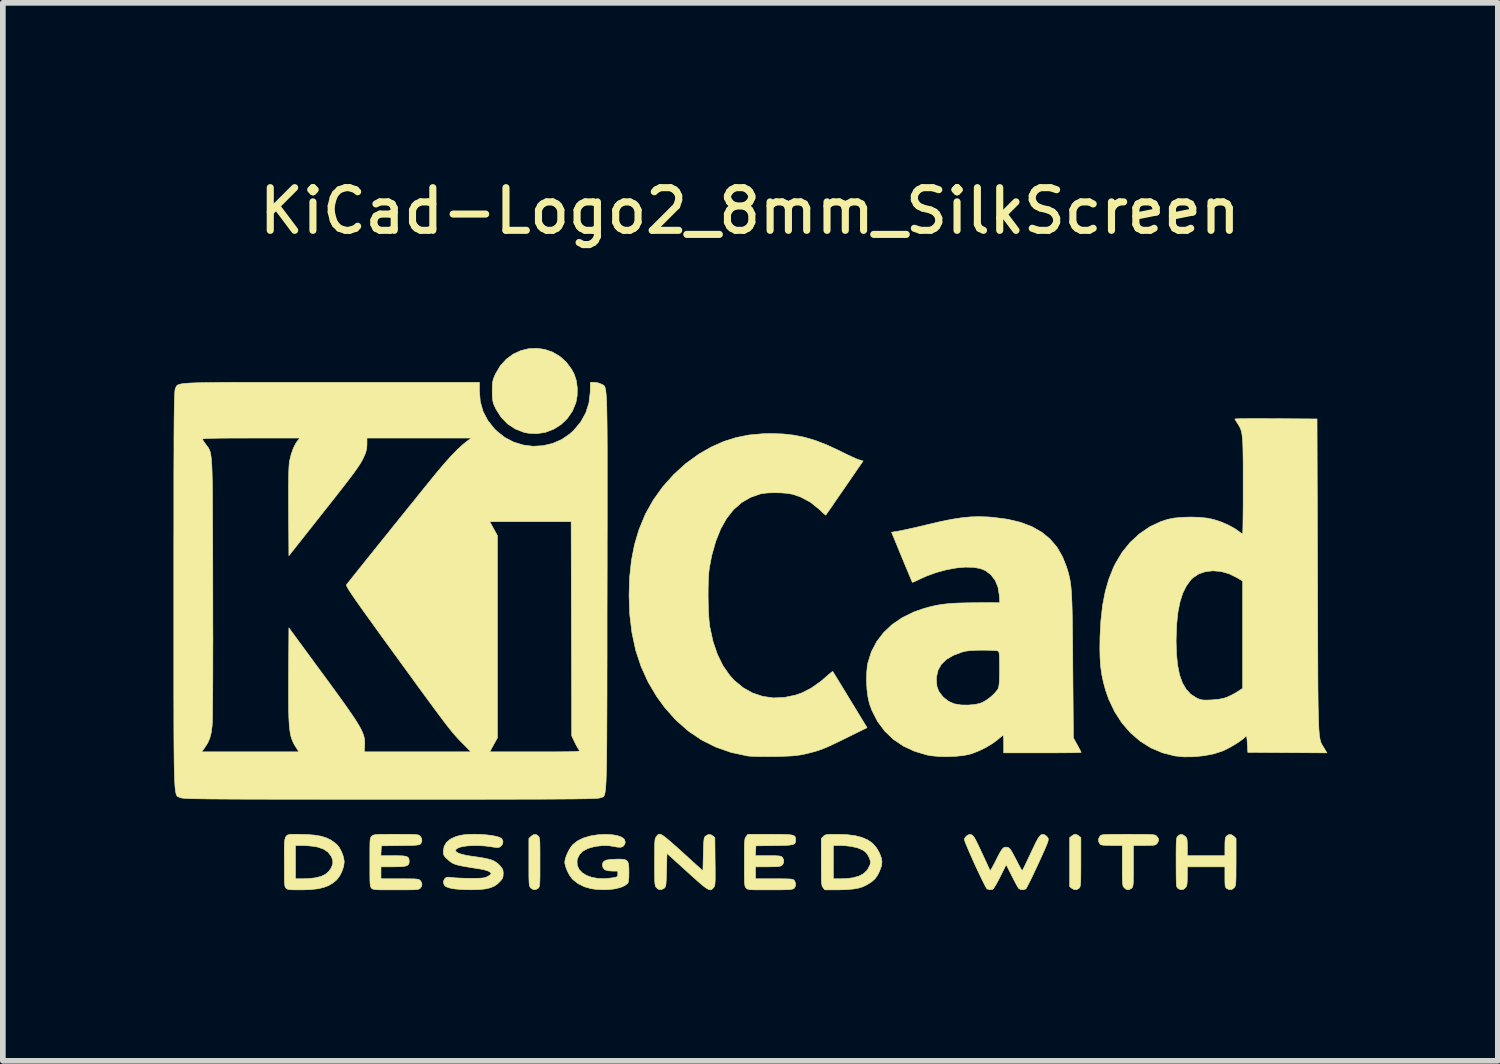
<source format=kicad_pcb>
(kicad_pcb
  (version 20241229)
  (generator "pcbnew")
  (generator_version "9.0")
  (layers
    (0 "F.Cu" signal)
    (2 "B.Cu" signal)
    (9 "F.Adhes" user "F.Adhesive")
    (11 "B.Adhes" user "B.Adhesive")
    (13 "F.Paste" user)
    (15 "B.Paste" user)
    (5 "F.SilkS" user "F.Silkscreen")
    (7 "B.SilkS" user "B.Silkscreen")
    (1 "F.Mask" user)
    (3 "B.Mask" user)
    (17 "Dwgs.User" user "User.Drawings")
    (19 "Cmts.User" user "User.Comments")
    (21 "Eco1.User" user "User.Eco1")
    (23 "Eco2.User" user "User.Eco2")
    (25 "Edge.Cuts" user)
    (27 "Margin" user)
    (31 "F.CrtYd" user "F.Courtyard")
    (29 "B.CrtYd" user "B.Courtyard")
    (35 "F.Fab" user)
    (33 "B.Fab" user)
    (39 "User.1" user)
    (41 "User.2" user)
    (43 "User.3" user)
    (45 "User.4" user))
  (footprint "KiCad-Logo2_8mm_SilkScreen"
    (layer "F.Cu")
    (at 10.129 7.008)
    (property "Reference" "KiCad-Logo2_8mm_SilkScreen" (at 0 -6.35 0) (layer "F.SilkS") (effects (font (size 0.75 0.75) (thickness 0.125))))
    (attr exclude_from_pos_files exclude_from_bom allow_missing_courtyard)
    (fp_poly (pts (xy 5.752 4.615) (xy 5.783 4.635) (xy 5.819 4.664) (xy 5.819 5.092) (xy 5.819 5.217) (xy 5.818 5.316) (xy 5.817 5.391) (xy 5.815 5.447) (xy 5.812 5.487) (xy 5.808 5.515) (xy 5.802 5.533) (xy 5.795 5.545) (xy 5.79 5.552) (xy 5.748 5.579) (xy 5.701 5.578) (xy 5.659 5.555) (xy 5.623 5.526) (xy 5.623 4.664) (xy 5.659 4.635) (xy 5.693 4.614) (xy 5.721 4.606) (xy 5.752 4.615)) (stroke (width 0.01) (type solid)) (fill yes) (layer "F.SilkS"))
    (fp_poly (pts (xy -3.718 4.636) (xy -3.709 4.647) (xy -3.702 4.66) (xy -3.697 4.679) (xy -3.693 4.708) (xy -3.69 4.751) (xy -3.689 4.811) (xy -3.688 4.89) (xy -3.688 4.994) (xy -3.688 5.095) (xy -3.688 5.22) (xy -3.688 5.318) (xy -3.689 5.393) (xy -3.691 5.449) (xy -3.694 5.489) (xy -3.698 5.516) (xy -3.703 5.533) (xy -3.711 5.545) (xy -3.718 5.553) (xy -3.762 5.579) (xy -3.808 5.577) (xy -3.85 5.549) (xy -3.86 5.537) (xy -3.867 5.524) (xy -3.873 5.506) (xy -3.877 5.479) (xy -3.88 5.439) (xy -3.882 5.383) (xy -3.883 5.308) (xy -3.883 5.209) (xy -3.883 5.097) (xy -3.883 4.68) (xy -3.846 4.643) (xy -3.801 4.612) (xy -3.756 4.611) (xy -3.718 4.636)) (stroke (width 0.01) (type solid)) (fill yes) (layer "F.SilkS"))
    (fp_poly (pts (xy -3.602 -3.916) (xy -3.466 -3.869) (xy -3.339 -3.794) (xy -3.226 -3.693) (xy -3.13 -3.564) (xy -3.087 -3.483) (xy -3.05 -3.37) (xy -3.032 -3.239) (xy -3.034 -3.105) (xy -3.056 -2.983) (xy -3.117 -2.834) (xy -3.205 -2.705) (xy -3.315 -2.598) (xy -3.444 -2.516) (xy -3.587 -2.461) (xy -3.739 -2.436) (xy -3.896 -2.444) (xy -3.973 -2.46) (xy -4.124 -2.519) (xy -4.258 -2.608) (xy -4.372 -2.726) (xy -4.463 -2.869) (xy -4.47 -2.885) (xy -4.497 -2.943) (xy -4.513 -2.993) (xy -4.522 -3.045) (xy -4.526 -3.111) (xy -4.527 -3.184) (xy -4.526 -3.271) (xy -4.521 -3.334) (xy -4.511 -3.385) (xy -4.492 -3.436) (xy -4.469 -3.487) (xy -4.384 -3.63) (xy -4.279 -3.745) (xy -4.158 -3.834) (xy -4.026 -3.895) (xy -3.886 -3.929) (xy -3.744 -3.936) (xy -3.602 -3.916)) (stroke (width 0.01) (type solid)) (fill yes) (layer "F.SilkS"))
    (fp_poly (pts (xy 6.783 4.607) (xy 6.887 4.607) (xy 6.969 4.608) (xy 7.03 4.61) (xy 7.074 4.613) (xy 7.105 4.616) (xy 7.126 4.621) (xy 7.139 4.628) (xy 7.146 4.633) (xy 7.18 4.676) (xy 7.184 4.721) (xy 7.163 4.762) (xy 7.149 4.778) (xy 7.134 4.789) (xy 7.113 4.796) (xy 7.079 4.8) (xy 7.027 4.801) (xy 6.952 4.802) (xy 6.937 4.802) (xy 6.743 4.802) (xy 6.743 5.163) (xy 6.743 5.276) (xy 6.742 5.364) (xy 6.741 5.429) (xy 6.739 5.475) (xy 6.735 5.507) (xy 6.729 5.528) (xy 6.722 5.543) (xy 6.713 5.553) (xy 6.669 5.58) (xy 6.623 5.578) (xy 6.582 5.547) (xy 6.579 5.544) (xy 6.569 5.53) (xy 6.561 5.513) (xy 6.556 5.49) (xy 6.552 5.457) (xy 6.55 5.409) (xy 6.548 5.343) (xy 6.548 5.254) (xy 6.548 5.153) (xy 6.548 4.802) (xy 6.362 4.802) (xy 6.282 4.801) (xy 6.227 4.799) (xy 6.191 4.795) (xy 6.168 4.787) (xy 6.153 4.776) (xy 6.152 4.774) (xy 6.13 4.73) (xy 6.132 4.68) (xy 6.157 4.636) (xy 6.167 4.628) (xy 6.179 4.621) (xy 6.198 4.616) (xy 6.226 4.612) (xy 6.267 4.61) (xy 6.324 4.608) (xy 6.4 4.607) (xy 6.499 4.607) (xy 6.624 4.606) (xy 6.651 4.606) (xy 6.783 4.607)) (stroke (width 0.01) (type solid)) (fill yes) (layer "F.SilkS"))
    (fp_poly (pts (xy 8.468 4.614) (xy 8.51 4.643) (xy 8.547 4.68) (xy 8.547 5.092) (xy 8.546 5.214) (xy 8.546 5.31) (xy 8.545 5.384) (xy 8.543 5.438) (xy 8.54 5.476) (xy 8.536 5.503) (xy 8.529 5.521) (xy 8.522 5.535) (xy 8.515 5.544) (xy 8.474 5.576) (xy 8.427 5.58) (xy 8.385 5.56) (xy 8.37 5.548) (xy 8.361 5.532) (xy 8.355 5.507) (xy 8.352 5.466) (xy 8.351 5.405) (xy 8.351 5.357) (xy 8.351 5.178) (xy 7.69 5.178) (xy 7.69 5.341) (xy 7.689 5.416) (xy 7.686 5.467) (xy 7.681 5.501) (xy 7.671 5.526) (xy 7.659 5.544) (xy 7.618 5.576) (xy 7.571 5.58) (xy 7.526 5.557) (xy 7.514 5.545) (xy 7.506 5.529) (xy 7.5 5.504) (xy 7.497 5.465) (xy 7.495 5.406) (xy 7.494 5.324) (xy 7.494 5.305) (xy 7.493 5.15) (xy 7.493 5.023) (xy 7.493 4.919) (xy 7.494 4.838) (xy 7.495 4.775) (xy 7.497 4.728) (xy 7.501 4.695) (xy 7.505 4.671) (xy 7.51 4.656) (xy 7.517 4.645) (xy 7.525 4.636) (xy 7.567 4.61) (xy 7.611 4.614) (xy 7.653 4.643) (xy 7.67 4.662) (xy 7.681 4.684) (xy 7.687 4.714) (xy 7.689 4.76) (xy 7.69 4.828) (xy 7.69 4.982) (xy 8.351 4.982) (xy 8.351 4.824) (xy 8.352 4.752) (xy 8.355 4.703) (xy 8.36 4.671) (xy 8.37 4.649) (xy 8.381 4.636) (xy 8.424 4.61) (xy 8.468 4.614)) (stroke (width 0.01) (type solid)) (fill yes) (layer "F.SilkS"))
    (fp_poly (pts (xy 1.531 4.607) (xy 1.703 4.612) (xy 1.849 4.63) (xy 1.971 4.661) (xy 2.073 4.705) (xy 2.157 4.764) (xy 2.224 4.84) (xy 2.278 4.932) (xy 2.279 4.934) (xy 2.311 5.017) (xy 2.323 5.09) (xy 2.314 5.164) (xy 2.283 5.248) (xy 2.278 5.261) (xy 2.239 5.336) (xy 2.195 5.394) (xy 2.139 5.443) (xy 2.062 5.492) (xy 2.057 5.494) (xy 1.99 5.527) (xy 1.915 5.551) (xy 1.825 5.567) (xy 1.718 5.578) (xy 1.586 5.582) (xy 1.54 5.583) (xy 1.319 5.583) (xy 1.288 5.544) (xy 1.279 5.531) (xy 1.272 5.516) (xy 1.266 5.494) (xy 1.263 5.464) (xy 1.26 5.42) (xy 1.259 5.388) (xy 1.468 5.388) (xy 1.593 5.388) (xy 1.666 5.386) (xy 1.741 5.38) (xy 1.802 5.372) (xy 1.806 5.372) (xy 1.916 5.342) (xy 2 5.298) (xy 2.064 5.237) (xy 2.107 5.157) (xy 2.115 5.136) (xy 2.122 5.103) (xy 2.119 5.071) (xy 2.103 5.028) (xy 2.094 5.006) (xy 2.063 4.95) (xy 2.025 4.91) (xy 1.984 4.883) (xy 1.902 4.847) (xy 1.796 4.821) (xy 1.673 4.806) (xy 1.584 4.802) (xy 1.468 4.802) (xy 1.468 5.388) (xy 1.259 5.388) (xy 1.258 5.36) (xy 1.258 5.279) (xy 1.257 5.174) (xy 1.257 5.092) (xy 1.257 4.68) (xy 1.294 4.643) (xy 1.31 4.628) (xy 1.328 4.618) (xy 1.353 4.612) (xy 1.39 4.608) (xy 1.446 4.607) (xy 1.526 4.607) (xy 1.531 4.607)) (stroke (width 0.01) (type solid)) (fill yes) (layer "F.SilkS"))
    (fp_poly (pts (xy -7.975 4.606) (xy -7.922 4.607) (xy -7.768 4.611) (xy -7.639 4.622) (xy -7.531 4.641) (xy -7.439 4.67) (xy -7.358 4.711) (xy -7.286 4.763) (xy -7.259 4.785) (xy -7.216 4.838) (xy -7.177 4.91) (xy -7.147 4.99) (xy -7.131 5.067) (xy -7.129 5.095) (xy -7.14 5.173) (xy -7.169 5.259) (xy -7.21 5.34) (xy -7.259 5.404) (xy -7.267 5.412) (xy -7.335 5.467) (xy -7.409 5.51) (xy -7.493 5.541) (xy -7.593 5.564) (xy -7.712 5.577) (xy -7.854 5.583) (xy -7.919 5.583) (xy -8.002 5.583) (xy -8.06 5.581) (xy -8.099 5.578) (xy -8.125 5.571) (xy -8.142 5.562) (xy -8.151 5.553) (xy -8.16 5.543) (xy -8.167 5.53) (xy -8.172 5.511) (xy -8.176 5.481) (xy -8.179 5.439) (xy -8.18 5.379) (xy -8.181 5.299) (xy -8.181 5.196) (xy -8.181 5.095) (xy -8.182 4.961) (xy -8.182 4.853) (xy -8.18 4.802) (xy -7.986 4.802) (xy -7.986 5.388) (xy -7.862 5.388) (xy -7.787 5.386) (xy -7.709 5.38) (xy -7.644 5.372) (xy -7.642 5.372) (xy -7.537 5.347) (xy -7.455 5.307) (xy -7.393 5.251) (xy -7.353 5.189) (xy -7.329 5.122) (xy -7.331 5.058) (xy -7.359 4.99) (xy -7.414 4.919) (xy -7.491 4.867) (xy -7.59 4.832) (xy -7.657 4.819) (xy -7.732 4.811) (xy -7.812 4.804) (xy -7.881 4.802) (xy -7.885 4.802) (xy -7.986 4.802) (xy -8.18 4.802) (xy -8.18 4.77) (xy -8.174 4.708) (xy -8.163 4.663) (xy -8.145 4.634) (xy -8.119 4.617) (xy -8.083 4.608) (xy -8.036 4.606) (xy -7.975 4.606)) (stroke (width 0.01) (type solid)) (fill yes) (layer "F.SilkS"))
    (fp_poly (pts (xy -1.556 4.612) (xy -1.524 4.631) (xy -1.483 4.661) (xy -1.431 4.704) (xy -1.364 4.762) (xy -1.281 4.835) (xy -1.18 4.926) (xy -1.065 5.031) (xy -0.824 5.249) (xy -0.817 4.957) (xy -0.814 4.856) (xy -0.812 4.781) (xy -0.808 4.727) (xy -0.804 4.691) (xy -0.799 4.667) (xy -0.79 4.651) (xy -0.78 4.64) (xy -0.774 4.635) (xy -0.728 4.61) (xy -0.684 4.614) (xy -0.649 4.635) (xy -0.614 4.664) (xy -0.61 5.083) (xy -0.608 5.206) (xy -0.608 5.303) (xy -0.608 5.377) (xy -0.609 5.432) (xy -0.612 5.471) (xy -0.616 5.499) (xy -0.621 5.518) (xy -0.629 5.532) (xy -0.637 5.543) (xy -0.655 5.564) (xy -0.673 5.578) (xy -0.693 5.583) (xy -0.718 5.578) (xy -0.751 5.562) (xy -0.793 5.533) (xy -0.848 5.489) (xy -0.917 5.429) (xy -1.004 5.352) (xy -1.102 5.263) (xy -1.456 4.942) (xy -1.463 5.234) (xy -1.466 5.335) (xy -1.469 5.41) (xy -1.472 5.463) (xy -1.476 5.5) (xy -1.482 5.523) (xy -1.49 5.539) (xy -1.501 5.55) (xy -1.506 5.555) (xy -1.555 5.58) (xy -1.602 5.576) (xy -1.642 5.544) (xy -1.652 5.531) (xy -1.659 5.515) (xy -1.664 5.494) (xy -1.668 5.464) (xy -1.671 5.42) (xy -1.672 5.359) (xy -1.673 5.278) (xy -1.674 5.173) (xy -1.674 5.095) (xy -1.673 4.973) (xy -1.673 4.878) (xy -1.672 4.805) (xy -1.67 4.751) (xy -1.667 4.713) (xy -1.662 4.686) (xy -1.656 4.668) (xy -1.648 4.654) (xy -1.642 4.646) (xy -1.627 4.627) (xy -1.613 4.613) (xy -1.598 4.605) (xy -1.58 4.604) (xy -1.556 4.612)) (stroke (width 0.01) (type solid)) (fill yes) (layer "F.SilkS"))
    (fp_poly (pts (xy -2.421 4.614) (xy -2.33 4.629) (xy -2.26 4.653) (xy -2.214 4.684) (xy -2.202 4.702) (xy -2.189 4.744) (xy -2.198 4.781) (xy -2.225 4.817) (xy -2.266 4.834) (xy -2.327 4.832) (xy -2.374 4.823) (xy -2.478 4.806) (xy -2.584 4.804) (xy -2.703 4.818) (xy -2.736 4.824) (xy -2.846 4.855) (xy -2.933 4.902) (xy -2.994 4.963) (xy -3.03 5.037) (xy -3.037 5.075) (xy -3.032 5.154) (xy -3.001 5.223) (xy -2.947 5.281) (xy -2.872 5.328) (xy -2.779 5.362) (xy -2.671 5.382) (xy -2.551 5.386) (xy -2.422 5.373) (xy -2.415 5.371) (xy -2.364 5.362) (xy -2.335 5.353) (xy -2.323 5.339) (xy -2.32 5.316) (xy -2.32 5.304) (xy -2.32 5.253) (xy -2.411 5.253) (xy -2.492 5.247) (xy -2.546 5.23) (xy -2.578 5.198) (xy -2.59 5.152) (xy -2.59 5.146) (xy -2.583 5.106) (xy -2.56 5.078) (xy -2.517 5.059) (xy -2.45 5.049) (xy -2.385 5.045) (xy -2.291 5.042) (xy -2.223 5.046) (xy -2.176 5.059) (xy -2.147 5.085) (xy -2.132 5.127) (xy -2.126 5.191) (xy -2.124 5.273) (xy -2.126 5.366) (xy -2.132 5.429) (xy -2.141 5.462) (xy -2.143 5.465) (xy -2.195 5.507) (xy -2.271 5.54) (xy -2.366 5.564) (xy -2.476 5.578) (xy -2.596 5.58) (xy -2.72 5.572) (xy -2.793 5.561) (xy -2.908 5.528) (xy -3.015 5.475) (xy -3.104 5.406) (xy -3.118 5.393) (xy -3.162 5.335) (xy -3.202 5.263) (xy -3.232 5.188) (xy -3.25 5.119) (xy -3.252 5.093) (xy -3.243 5.038) (xy -3.219 4.97) (xy -3.186 4.898) (xy -3.146 4.833) (xy -3.112 4.789) (xy -3.031 4.724) (xy -2.926 4.672) (xy -2.801 4.635) (xy -2.66 4.613) (xy -2.53 4.608) (xy -2.421 4.614)) (stroke (width 0.01) (type solid)) (fill yes) (layer "F.SilkS"))
    (fp_poly (pts (xy 0.482 4.607) (xy 0.583 4.608) (xy 0.661 4.611) (xy 0.719 4.616) (xy 0.758 4.624) (xy 0.784 4.636) (xy 0.798 4.652) (xy 0.805 4.673) (xy 0.806 4.699) (xy 0.806 4.703) (xy 0.805 4.733) (xy 0.799 4.756) (xy 0.784 4.774) (xy 0.757 4.786) (xy 0.715 4.794) (xy 0.655 4.8) (xy 0.572 4.803) (xy 0.463 4.805) (xy 0.43 4.805) (xy 0.107 4.809) (xy 0.103 4.896) (xy 0.098 4.982) (xy 0.322 4.982) (xy 0.41 4.982) (xy 0.472 4.984) (xy 0.515 4.987) (xy 0.542 4.992) (xy 0.56 5) (xy 0.573 5.012) (xy 0.573 5.012) (xy 0.596 5.056) (xy 0.595 5.105) (xy 0.571 5.146) (xy 0.566 5.15) (xy 0.549 5.161) (xy 0.525 5.169) (xy 0.49 5.174) (xy 0.438 5.176) (xy 0.364 5.177) (xy 0.316 5.178) (xy 0.1 5.178) (xy 0.1 5.388) (xy 0.428 5.388) (xy 0.537 5.388) (xy 0.619 5.389) (xy 0.679 5.391) (xy 0.721 5.393) (xy 0.749 5.398) (xy 0.767 5.404) (xy 0.778 5.412) (xy 0.781 5.415) (xy 0.803 5.457) (xy 0.805 5.505) (xy 0.787 5.547) (xy 0.773 5.56) (xy 0.758 5.567) (xy 0.736 5.573) (xy 0.702 5.577) (xy 0.653 5.58) (xy 0.585 5.582) (xy 0.495 5.583) (xy 0.379 5.583) (xy 0.353 5.583) (xy 0.235 5.583) (xy 0.143 5.583) (xy 0.075 5.582) (xy 0.025 5.58) (xy -0.01 5.577) (xy -0.033 5.572) (xy -0.048 5.565) (xy -0.059 5.557) (xy -0.065 5.55) (xy -0.074 5.539) (xy -0.081 5.526) (xy -0.086 5.506) (xy -0.09 5.477) (xy -0.093 5.434) (xy -0.094 5.374) (xy -0.095 5.294) (xy -0.095 5.189) (xy -0.095 5.102) (xy -0.095 4.979) (xy -0.095 4.882) (xy -0.094 4.808) (xy -0.092 4.754) (xy -0.089 4.715) (xy -0.085 4.688) (xy -0.079 4.669) (xy -0.071 4.655) (xy -0.064 4.646) (xy -0.033 4.606) (xy 0.353 4.606) (xy 0.482 4.607)) (stroke (width 0.01) (type solid)) (fill yes) (layer "F.SilkS"))
    (fp_poly (pts (xy -6.099 4.607) (xy -6.007 4.607) (xy -5.937 4.608) (xy -5.886 4.61) (xy -5.851 4.614) (xy -5.827 4.618) (xy -5.811 4.625) (xy -5.799 4.633) (xy -5.795 4.637) (xy -5.768 4.678) (xy -5.763 4.726) (xy -5.781 4.768) (xy -5.789 4.777) (xy -5.802 4.785) (xy -5.823 4.791) (xy -5.855 4.796) (xy -5.903 4.8) (xy -5.971 4.802) (xy -6.062 4.804) (xy -6.146 4.805) (xy -6.476 4.809) (xy -6.485 4.982) (xy -6.261 4.982) (xy -6.164 4.983) (xy -6.092 4.986) (xy -6.043 4.994) (xy -6.012 5.007) (xy -5.995 5.028) (xy -5.988 5.057) (xy -5.987 5.084) (xy -5.99 5.117) (xy -6.003 5.141) (xy -6.028 5.158) (xy -6.071 5.169) (xy -6.133 5.175) (xy -6.221 5.177) (xy -6.268 5.178) (xy -6.483 5.178) (xy -6.483 5.388) (xy -6.152 5.388) (xy -6.044 5.388) (xy -5.962 5.389) (xy -5.901 5.39) (xy -5.859 5.393) (xy -5.83 5.397) (xy -5.811 5.404) (xy -5.798 5.412) (xy -5.792 5.418) (xy -5.769 5.454) (xy -5.762 5.486) (xy -5.772 5.525) (xy -5.792 5.553) (xy -5.802 5.562) (xy -5.816 5.569) (xy -5.836 5.575) (xy -5.866 5.578) (xy -5.911 5.581) (xy -5.973 5.582) (xy -6.056 5.583) (xy -6.164 5.583) (xy -6.22 5.583) (xy -6.34 5.583) (xy -6.434 5.583) (xy -6.505 5.582) (xy -6.556 5.58) (xy -6.592 5.576) (xy -6.617 5.572) (xy -6.633 5.566) (xy -6.644 5.558) (xy -6.648 5.553) (xy -6.657 5.543) (xy -6.664 5.53) (xy -6.669 5.511) (xy -6.673 5.481) (xy -6.676 5.438) (xy -6.677 5.379) (xy -6.678 5.298) (xy -6.678 5.194) (xy -6.678 5.097) (xy -6.678 4.973) (xy -6.678 4.876) (xy -6.677 4.801) (xy -6.676 4.746) (xy -6.673 4.707) (xy -6.669 4.681) (xy -6.663 4.663) (xy -6.656 4.651) (xy -6.646 4.641) (xy -6.644 4.639) (xy -6.632 4.629) (xy -6.619 4.622) (xy -6.6 4.616) (xy -6.571 4.612) (xy -6.53 4.609) (xy -6.472 4.607) (xy -6.394 4.607) (xy -6.291 4.606) (xy -6.218 4.606) (xy -6.099 4.607)) (stroke (width 0.01) (type solid)) (fill yes) (layer "F.SilkS"))
    (fp_poly (pts (xy 5.161 4.609) (xy 5.187 4.618) (xy 5.188 4.619) (xy 5.223 4.646) (xy 5.243 4.674) (xy 5.246 4.687) (xy 5.246 4.704) (xy 5.241 4.729) (xy 5.229 4.764) (xy 5.21 4.812) (xy 5.182 4.878) (xy 5.144 4.962) (xy 5.095 5.07) (xy 5.068 5.129) (xy 5.019 5.233) (xy 4.974 5.33) (xy 4.933 5.414) (xy 4.898 5.483) (xy 4.872 5.533) (xy 4.856 5.561) (xy 4.852 5.565) (xy 4.811 5.581) (xy 4.764 5.579) (xy 4.727 5.559) (xy 4.725 5.557) (xy 4.711 5.534) (xy 4.686 5.491) (xy 4.654 5.431) (xy 4.618 5.361) (xy 4.605 5.336) (xy 4.507 5.14) (xy 4.401 5.352) (xy 4.363 5.426) (xy 4.328 5.489) (xy 4.298 5.538) (xy 4.277 5.568) (xy 4.27 5.574) (xy 4.215 5.582) (xy 4.169 5.565) (xy 4.155 5.546) (xy 4.132 5.503) (xy 4.101 5.442) (xy 4.064 5.366) (xy 4.022 5.278) (xy 3.978 5.185) (xy 3.934 5.089) (xy 3.892 4.994) (xy 3.853 4.906) (xy 3.82 4.827) (xy 3.793 4.763) (xy 3.776 4.717) (xy 3.77 4.693) (xy 3.77 4.692) (xy 3.785 4.663) (xy 3.814 4.633) (xy 3.816 4.631) (xy 3.852 4.611) (xy 3.885 4.611) (xy 3.898 4.615) (xy 3.913 4.623) (xy 3.929 4.64) (xy 3.949 4.667) (xy 3.973 4.71) (xy 4.003 4.771) (xy 4.043 4.854) (xy 4.078 4.93) (xy 4.119 5.018) (xy 4.156 5.097) (xy 4.186 5.164) (xy 4.209 5.213) (xy 4.221 5.241) (xy 4.223 5.245) (xy 4.231 5.238) (xy 4.25 5.208) (xy 4.277 5.16) (xy 4.31 5.098) (xy 4.323 5.072) (xy 4.366 4.986) (xy 4.4 4.923) (xy 4.427 4.88) (xy 4.449 4.853) (xy 4.469 4.838) (xy 4.491 4.832) (xy 4.505 4.832) (xy 4.529 4.834) (xy 4.551 4.843) (xy 4.573 4.863) (xy 4.597 4.897) (xy 4.627 4.949) (xy 4.665 5.022) (xy 4.687 5.064) (xy 4.721 5.131) (xy 4.751 5.186) (xy 4.774 5.226) (xy 4.787 5.244) (xy 4.789 5.245) (xy 4.798 5.23) (xy 4.817 5.193) (xy 4.845 5.135) (xy 4.88 5.062) (xy 4.919 4.978) (xy 4.939 4.937) (xy 4.99 4.829) (xy 5.03 4.746) (xy 5.063 4.685) (xy 5.091 4.644) (xy 5.115 4.619) (xy 5.137 4.608) (xy 5.161 4.609)) (stroke (width 0.01) (type solid)) (fill yes) (layer "F.SilkS"))
    (fp_poly (pts (xy -4.74 4.608) (xy -4.64 4.615) (xy -4.548 4.626) (xy -4.467 4.64) (xy -4.405 4.658) (xy -4.365 4.678) (xy -4.359 4.684) (xy -4.338 4.73) (xy -4.345 4.777) (xy -4.377 4.818) (xy -4.379 4.819) (xy -4.398 4.831) (xy -4.418 4.838) (xy -4.446 4.839) (xy -4.489 4.834) (xy -4.554 4.824) (xy -4.559 4.823) (xy -4.656 4.811) (xy -4.761 4.805) (xy -4.865 4.805) (xy -4.963 4.81) (xy -5.047 4.821) (xy -5.108 4.837) (xy -5.112 4.839) (xy -5.157 4.864) (xy -5.173 4.889) (xy -5.161 4.914) (xy -5.121 4.938) (xy -5.056 4.96) (xy -4.965 4.98) (xy -4.905 4.989) (xy -4.78 5.007) (xy -4.68 5.023) (xy -4.601 5.04) (xy -4.54 5.057) (xy -4.492 5.078) (xy -4.453 5.102) (xy -4.417 5.132) (xy -4.389 5.161) (xy -4.356 5.203) (xy -4.339 5.238) (xy -4.334 5.281) (xy -4.334 5.297) (xy -4.338 5.35) (xy -4.353 5.39) (xy -4.38 5.424) (xy -4.434 5.478) (xy -4.495 5.519) (xy -4.567 5.548) (xy -4.653 5.567) (xy -4.76 5.578) (xy -4.891 5.581) (xy -4.912 5.581) (xy -5 5.579) (xy -5.086 5.575) (xy -5.163 5.569) (xy -5.22 5.562) (xy -5.224 5.562) (xy -5.281 5.548) (xy -5.329 5.531) (xy -5.356 5.516) (xy -5.381 5.475) (xy -5.383 5.428) (xy -5.361 5.385) (xy -5.356 5.381) (xy -5.336 5.366) (xy -5.311 5.36) (xy -5.272 5.361) (xy -5.224 5.367) (xy -5.172 5.372) (xy -5.098 5.376) (xy -5.011 5.379) (xy -4.921 5.38) (xy -4.897 5.38) (xy -4.807 5.38) (xy -4.741 5.378) (xy -4.693 5.374) (xy -4.658 5.368) (xy -4.63 5.358) (xy -4.613 5.35) (xy -4.575 5.328) (xy -4.551 5.308) (xy -4.548 5.302) (xy -4.555 5.279) (xy -4.59 5.256) (xy -4.65 5.235) (xy -4.733 5.217) (xy -4.758 5.213) (xy -4.886 5.193) (xy -4.987 5.176) (xy -5.068 5.162) (xy -5.13 5.148) (xy -5.178 5.134) (xy -5.216 5.118) (xy -5.248 5.099) (xy -5.278 5.077) (xy -5.309 5.049) (xy -5.32 5.039) (xy -5.357 5.003) (xy -5.377 4.974) (xy -5.385 4.941) (xy -5.386 4.899) (xy -5.372 4.818) (xy -5.331 4.748) (xy -5.263 4.691) (xy -5.168 4.647) (xy -5.1 4.628) (xy -5.027 4.615) (xy -4.939 4.608) (xy -4.841 4.605) (xy -4.74 4.608)) (stroke (width 0.01) (type solid)) (fill yes) (layer "F.SilkS"))
    (fp_poly (pts (xy 0.581 -2.431) (xy 0.777 -2.409) (xy 0.967 -2.371) (xy 1.158 -2.314) (xy 1.358 -2.236) (xy 1.576 -2.135) (xy 1.615 -2.115) (xy 1.705 -2.071) (xy 1.79 -2.031) (xy 1.861 -1.999) (xy 1.91 -1.979) (xy 1.918 -1.977) (xy 1.991 -1.955) (xy 1.665 -1.481) (xy 1.585 -1.365) (xy 1.512 -1.259) (xy 1.449 -1.167) (xy 1.397 -1.092) (xy 1.359 -1.038) (xy 1.339 -1.008) (xy 1.335 -1.003) (xy 1.322 -1.013) (xy 1.288 -1.043) (xy 1.24 -1.087) (xy 1.214 -1.112) (xy 1.065 -1.231) (xy 0.897 -1.321) (xy 0.753 -1.37) (xy 0.666 -1.386) (xy 0.558 -1.395) (xy 0.44 -1.398) (xy 0.326 -1.395) (xy 0.229 -1.385) (xy 0.19 -1.378) (xy 0.015 -1.317) (xy -0.143 -1.225) (xy -0.284 -1.102) (xy -0.407 -0.947) (xy -0.512 -0.76) (xy -0.599 -0.543) (xy -0.669 -0.294) (xy -0.71 -0.082) (xy -0.721 0.012) (xy -0.728 0.134) (xy -0.732 0.273) (xy -0.733 0.423) (xy -0.73 0.575) (xy -0.725 0.718) (xy -0.716 0.846) (xy -0.704 0.949) (xy -0.702 0.964) (xy -0.646 1.22) (xy -0.569 1.445) (xy -0.472 1.643) (xy -0.353 1.813) (xy -0.269 1.905) (xy -0.117 2.03) (xy 0.049 2.123) (xy 0.227 2.182) (xy 0.414 2.209) (xy 0.607 2.201) (xy 0.803 2.16) (xy 0.92 2.119) (xy 1.08 2.037) (xy 1.246 1.92) (xy 1.339 1.84) (xy 1.391 1.794) (xy 1.432 1.761) (xy 1.455 1.745) (xy 1.458 1.744) (xy 1.469 1.761) (xy 1.496 1.804) (xy 1.537 1.872) (xy 1.59 1.959) (xy 1.653 2.062) (xy 1.723 2.177) (xy 1.762 2.241) (xy 2.061 2.732) (xy 1.688 2.916) (xy 1.553 2.982) (xy 1.444 3.034) (xy 1.354 3.075) (xy 1.276 3.107) (xy 1.203 3.133) (xy 1.13 3.155) (xy 1.049 3.176) (xy 0.971 3.195) (xy 0.901 3.209) (xy 0.829 3.22) (xy 0.746 3.228) (xy 0.645 3.233) (xy 0.52 3.237) (xy 0.435 3.239) (xy 0.315 3.24) (xy 0.199 3.239) (xy 0.096 3.237) (xy 0.013 3.234) (xy -0.042 3.229) (xy -0.045 3.228) (xy -0.33 3.167) (xy -0.598 3.073) (xy -0.848 2.948) (xy -1.08 2.791) (xy -1.295 2.602) (xy -1.492 2.382) (xy -1.635 2.186) (xy -1.787 1.93) (xy -1.91 1.659) (xy -2.005 1.372) (xy -2.071 1.066) (xy -2.11 0.74) (xy -2.122 0.408) (xy -2.112 0.087) (xy -2.08 -0.209) (xy -2.026 -0.486) (xy -1.948 -0.747) (xy -1.845 -0.999) (xy -1.833 -1.025) (xy -1.697 -1.268) (xy -1.531 -1.5) (xy -1.338 -1.716) (xy -1.125 -1.91) (xy -0.894 -2.077) (xy -0.679 -2.2) (xy -0.462 -2.297) (xy -0.244 -2.366) (xy -0.018 -2.412) (xy 0.226 -2.434) (xy 0.372 -2.437) (xy 0.581 -2.431)) (stroke (width 0.01) (type solid)) (fill yes) (layer "F.SilkS"))
    (fp_poly (pts (xy 9.042 -2.7) (xy 9.196 -2.699) (xy 9.248 -2.699) (xy 9.97 -2.694) (xy 9.979 0.073) (xy 9.98 0.448) (xy 9.981 0.788) (xy 9.982 1.096) (xy 9.983 1.373) (xy 9.984 1.621) (xy 9.985 1.841) (xy 9.986 2.036) (xy 9.988 2.206) (xy 9.99 2.354) (xy 9.993 2.482) (xy 9.996 2.592) (xy 9.999 2.684) (xy 10.003 2.761) (xy 10.008 2.825) (xy 10.013 2.877) (xy 10.02 2.92) (xy 10.027 2.954) (xy 10.035 2.982) (xy 10.044 3.005) (xy 10.055 3.026) (xy 10.066 3.045) (xy 10.079 3.066) (xy 10.093 3.089) (xy 10.096 3.093) (xy 10.144 3.175) (xy 8.754 3.166) (xy 8.745 3.013) (xy 8.74 2.94) (xy 8.735 2.898) (xy 8.728 2.881) (xy 8.717 2.884) (xy 8.709 2.894) (xy 8.67 2.929) (xy 8.608 2.975) (xy 8.531 3.025) (xy 8.447 3.074) (xy 8.365 3.117) (xy 8.302 3.145) (xy 8.155 3.192) (xy 7.986 3.225) (xy 7.808 3.243) (xy 7.633 3.245) (xy 7.474 3.229) (xy 7.472 3.229) (xy 7.254 3.174) (xy 7.05 3.087) (xy 6.863 2.97) (xy 6.693 2.824) (xy 6.542 2.651) (xy 6.414 2.453) (xy 6.309 2.232) (xy 6.252 2.068) (xy 6.215 1.931) (xy 6.187 1.799) (xy 6.168 1.663) (xy 6.157 1.514) (xy 6.153 1.347) (xy 6.155 1.209) (xy 7.493 1.209) (xy 7.5 1.439) (xy 7.52 1.637) (xy 7.554 1.805) (xy 7.603 1.943) (xy 7.668 2.055) (xy 7.748 2.142) (xy 7.842 2.204) (xy 7.89 2.227) (xy 7.932 2.24) (xy 7.979 2.247) (xy 8.042 2.247) (xy 8.11 2.245) (xy 8.243 2.233) (xy 8.349 2.21) (xy 8.382 2.198) (xy 8.458 2.164) (xy 8.538 2.121) (xy 8.572 2.1) (xy 8.663 2.041) (xy 8.663 0.155) (xy 8.563 0.095) (xy 8.424 0.027) (xy 8.282 -0.013) (xy 8.142 -0.025) (xy 8.009 -0.011) (xy 7.889 0.031) (xy 7.787 0.099) (xy 7.754 0.131) (xy 7.675 0.239) (xy 7.61 0.368) (xy 7.561 0.523) (xy 7.525 0.704) (xy 7.503 0.915) (xy 7.494 1.157) (xy 7.493 1.209) (xy 6.155 1.209) (xy 6.155 1.152) (xy 6.171 0.854) (xy 6.201 0.584) (xy 6.248 0.34) (xy 6.312 0.118) (xy 6.394 -0.087) (xy 6.424 -0.148) (xy 6.542 -0.347) (xy 6.684 -0.523) (xy 6.848 -0.674) (xy 7.029 -0.798) (xy 7.225 -0.891) (xy 7.343 -0.929) (xy 7.458 -0.952) (xy 7.597 -0.965) (xy 7.748 -0.97) (xy 7.898 -0.965) (xy 8.038 -0.951) (xy 8.15 -0.928) (xy 8.283 -0.885) (xy 8.412 -0.829) (xy 8.525 -0.767) (xy 8.585 -0.725) (xy 8.627 -0.693) (xy 8.656 -0.674) (xy 8.662 -0.671) (xy 8.664 -0.689) (xy 8.666 -0.739) (xy 8.668 -0.819) (xy 8.669 -0.924) (xy 8.671 -1.051) (xy 8.672 -1.197) (xy 8.672 -1.357) (xy 8.672 -1.521) (xy 8.672 -1.731) (xy 8.672 -1.908) (xy 8.67 -2.055) (xy 8.668 -2.176) (xy 8.665 -2.274) (xy 8.659 -2.353) (xy 8.652 -2.416) (xy 8.643 -2.467) (xy 8.631 -2.508) (xy 8.616 -2.543) (xy 8.598 -2.576) (xy 8.577 -2.61) (xy 8.574 -2.614) (xy 8.546 -2.658) (xy 8.529 -2.688) (xy 8.527 -2.694) (xy 8.545 -2.696) (xy 8.595 -2.698) (xy 8.673 -2.699) (xy 8.776 -2.7) (xy 8.9 -2.7) (xy 9.042 -2.7)) (stroke (width 0.01) (type solid)) (fill yes) (layer "F.SilkS"))
    (fp_poly (pts (xy 4.186 -0.972) (xy 4.276 -0.965) (xy 4.533 -0.931) (xy 4.76 -0.877) (xy 4.96 -0.801) (xy 5.132 -0.703) (xy 5.278 -0.583) (xy 5.4 -0.44) (xy 5.497 -0.272) (xy 5.568 -0.091) (xy 5.586 -0.033) (xy 5.602 0.021) (xy 5.615 0.075) (xy 5.627 0.13) (xy 5.637 0.191) (xy 5.645 0.26) (xy 5.652 0.339) (xy 5.657 0.433) (xy 5.662 0.543) (xy 5.666 0.672) (xy 5.669 0.825) (xy 5.671 1.003) (xy 5.674 1.209) (xy 5.676 1.447) (xy 5.677 1.633) (xy 5.688 2.912) (xy 5.756 3.035) (xy 5.788 3.094) (xy 5.812 3.14) (xy 5.823 3.165) (xy 5.824 3.167) (xy 5.806 3.168) (xy 5.757 3.17) (xy 5.678 3.172) (xy 5.576 3.173) (xy 5.453 3.174) (xy 5.314 3.175) (xy 5.162 3.175) (xy 5.144 3.175) (xy 4.463 3.175) (xy 4.463 3.021) (xy 4.462 2.951) (xy 4.459 2.898) (xy 4.454 2.869) (xy 4.452 2.867) (xy 4.434 2.878) (xy 4.397 2.907) (xy 4.349 2.948) (xy 4.348 2.949) (xy 4.26 3.014) (xy 4.149 3.08) (xy 4.028 3.139) (xy 3.908 3.186) (xy 3.855 3.202) (xy 3.751 3.222) (xy 3.622 3.235) (xy 3.481 3.241) (xy 3.34 3.239) (xy 3.211 3.228) (xy 3.121 3.214) (xy 2.899 3.148) (xy 2.699 3.056) (xy 2.522 2.936) (xy 2.371 2.791) (xy 2.245 2.622) (xy 2.147 2.43) (xy 2.104 2.313) (xy 2.078 2.2) (xy 2.06 2.064) (xy 2.052 1.917) (xy 2.052 1.896) (xy 3.279 1.896) (xy 3.289 2.005) (xy 3.323 2.095) (xy 3.386 2.179) (xy 3.41 2.204) (xy 3.496 2.27) (xy 3.594 2.313) (xy 3.713 2.333) (xy 3.837 2.335) (xy 3.956 2.325) (xy 4.046 2.305) (xy 4.086 2.29) (xy 4.156 2.25) (xy 4.232 2.194) (xy 4.3 2.131) (xy 4.351 2.07) (xy 4.365 2.047) (xy 4.375 2.016) (xy 4.383 1.967) (xy 4.388 1.894) (xy 4.39 1.793) (xy 4.391 1.697) (xy 4.39 1.585) (xy 4.389 1.504) (xy 4.386 1.449) (xy 4.381 1.414) (xy 4.373 1.394) (xy 4.362 1.384) (xy 4.359 1.383) (xy 4.33 1.378) (xy 4.272 1.374) (xy 4.193 1.371) (xy 4.102 1.37) (xy 4.082 1.37) (xy 3.96 1.372) (xy 3.866 1.378) (xy 3.791 1.388) (xy 3.729 1.404) (xy 3.575 1.462) (xy 3.455 1.533) (xy 3.367 1.619) (xy 3.309 1.721) (xy 3.282 1.839) (xy 3.279 1.896) (xy 2.052 1.896) (xy 2.054 1.774) (xy 2.066 1.645) (xy 2.076 1.592) (xy 2.137 1.399) (xy 2.23 1.221) (xy 2.353 1.06) (xy 2.504 0.918) (xy 2.682 0.797) (xy 2.885 0.698) (xy 3.057 0.638) (xy 3.172 0.606) (xy 3.282 0.581) (xy 3.395 0.563) (xy 3.516 0.55) (xy 3.654 0.542) (xy 3.816 0.538) (xy 3.962 0.536) (xy 4.395 0.535) (xy 4.386 0.405) (xy 4.363 0.264) (xy 4.313 0.143) (xy 4.238 0.044) (xy 4.141 -0.029) (xy 4.056 -0.064) (xy 3.934 -0.086) (xy 3.789 -0.09) (xy 3.627 -0.075) (xy 3.455 -0.043) (xy 3.281 0.004) (xy 3.111 0.065) (xy 2.987 0.121) (xy 2.928 0.15) (xy 2.882 0.17) (xy 2.859 0.178) (xy 2.858 0.178) (xy 2.85 0.16) (xy 2.83 0.114) (xy 2.8 0.042) (xy 2.762 -0.049) (xy 2.717 -0.156) (xy 2.672 -0.265) (xy 2.492 -0.703) (xy 2.62 -0.724) (xy 2.676 -0.735) (xy 2.76 -0.753) (xy 2.864 -0.776) (xy 2.982 -0.803) (xy 3.107 -0.833) (xy 3.157 -0.845) (xy 3.372 -0.895) (xy 3.56 -0.932) (xy 3.728 -0.958) (xy 3.884 -0.973) (xy 4.034 -0.977) (xy 4.186 -0.972)) (stroke (width 0.01) (type solid)) (fill yes) (layer "F.SilkS"))
    (fp_poly (pts (xy -7.87 -3.338) (xy -7.521 -3.338) (xy -7.358 -3.338) (xy -4.753 -3.338) (xy -4.753 -3.185) (xy -4.737 -2.998) (xy -4.688 -2.826) (xy -4.605 -2.667) (xy -4.488 -2.52) (xy -4.448 -2.481) (xy -4.306 -2.369) (xy -4.149 -2.287) (xy -3.982 -2.236) (xy -3.81 -2.214) (xy -3.637 -2.224) (xy -3.468 -2.263) (xy -3.308 -2.332) (xy -3.162 -2.432) (xy -3.096 -2.492) (xy -2.973 -2.639) (xy -2.883 -2.801) (xy -2.827 -2.976) (xy -2.805 -3.161) (xy -2.804 -3.18) (xy -2.803 -3.338) (xy -2.733 -3.338) (xy -2.671 -3.33) (xy -2.615 -3.309) (xy -2.611 -3.307) (xy -2.598 -3.301) (xy -2.587 -3.296) (xy -2.576 -3.29) (xy -2.566 -3.284) (xy -2.557 -3.274) (xy -2.549 -3.26) (xy -2.542 -3.239) (xy -2.536 -3.211) (xy -2.53 -3.174) (xy -2.525 -3.127) (xy -2.521 -3.067) (xy -2.517 -2.994) (xy -2.514 -2.906) (xy -2.512 -2.801) (xy -2.51 -2.678) (xy -2.508 -2.535) (xy -2.507 -2.372) (xy -2.506 -2.186) (xy -2.506 -1.976) (xy -2.506 -1.74) (xy -2.506 -1.477) (xy -2.506 -1.185) (xy -2.506 -0.864) (xy -2.507 -0.511) (xy -2.507 -0.124) (xy -2.508 0.297) (xy -2.508 0.348) (xy -2.509 0.771) (xy -2.509 1.16) (xy -2.509 1.516) (xy -2.51 1.839) (xy -2.51 2.133) (xy -2.511 2.398) (xy -2.512 2.635) (xy -2.513 2.847) (xy -2.514 3.034) (xy -2.516 3.199) (xy -2.517 3.342) (xy -2.52 3.466) (xy -2.523 3.571) (xy -2.526 3.66) (xy -2.53 3.733) (xy -2.534 3.793) (xy -2.539 3.84) (xy -2.545 3.877) (xy -2.551 3.904) (xy -2.558 3.924) (xy -2.566 3.937) (xy -2.575 3.946) (xy -2.585 3.951) (xy -2.596 3.955) (xy -2.608 3.958) (xy -2.621 3.963) (xy -2.624 3.964) (xy -2.634 3.967) (xy -2.651 3.97) (xy -2.676 3.973) (xy -2.71 3.976) (xy -2.756 3.978) (xy -2.814 3.98) (xy -2.886 3.982) (xy -2.973 3.983) (xy -3.078 3.985) (xy -3.201 3.986) (xy -3.343 3.987) (xy -3.507 3.988) (xy -3.694 3.989) (xy -3.905 3.989) (xy -4.141 3.99) (xy -4.405 3.99) (xy -4.697 3.991) (xy -5.019 3.991) (xy -5.373 3.991) (xy -5.759 3.991) (xy -6.18 3.991) (xy -6.316 3.991) (xy -6.747 3.991) (xy -7.142 3.991) (xy -7.504 3.991) (xy -7.835 3.99) (xy -8.134 3.99) (xy -8.405 3.99) (xy -8.649 3.989) (xy -8.866 3.989) (xy -9.059 3.988) (xy -9.229 3.987) (xy -9.378 3.986) (xy -9.506 3.985) (xy -9.616 3.983) (xy -9.709 3.982) (xy -9.786 3.98) (xy -9.848 3.978) (xy -9.899 3.976) (xy -9.937 3.974) (xy -9.967 3.971) (xy -9.987 3.968) (xy -10.001 3.965) (xy -10.009 3.962) (xy -10.023 3.956) (xy -10.035 3.952) (xy -10.046 3.948) (xy -10.057 3.942) (xy -10.066 3.934) (xy -10.075 3.92) (xy -10.082 3.901) (xy -10.089 3.874) (xy -10.095 3.839) (xy -10.101 3.793) (xy -10.105 3.734) (xy -10.109 3.663) (xy -10.112 3.576) (xy -10.115 3.473) (xy -10.118 3.352) (xy -10.119 3.211) (xy -10.12 3.157) (xy -9.636 3.157) (xy -7.924 3.157) (xy -7.957 3.107) (xy -7.99 3.056) (xy -8.018 3.007) (xy -8.041 2.957) (xy -8.06 2.903) (xy -8.075 2.841) (xy -8.086 2.768) (xy -8.095 2.68) (xy -8.101 2.574) (xy -8.105 2.447) (xy -8.106 2.294) (xy -8.107 2.114) (xy -8.106 1.902) (xy -8.106 1.823) (xy -8.101 0.978) (xy -7.566 1.707) (xy -7.414 1.913) (xy -7.283 2.093) (xy -7.17 2.249) (xy -7.075 2.383) (xy -6.996 2.497) (xy -6.931 2.594) (xy -6.88 2.676) (xy -6.84 2.746) (xy -6.811 2.806) (xy -6.791 2.858) (xy -6.778 2.905) (xy -6.771 2.949) (xy -6.769 2.992) (xy -6.77 3.038) (xy -6.77 3.043) (xy -6.776 3.157) (xy -4.901 3.157) (xy -5.04 3.016) (xy -5.078 2.978) (xy -5.114 2.94) (xy -5.15 2.902) (xy -5.186 2.86) (xy -5.226 2.814) (xy -5.27 2.76) (xy -5.32 2.696) (xy -5.377 2.622) (xy -5.443 2.534) (xy -5.521 2.43) (xy -5.61 2.309) (xy -5.713 2.169) (xy -5.832 2.006) (xy -5.967 1.82) (xy -6.121 1.609) (xy -6.247 1.435) (xy -6.406 1.217) (xy -6.544 1.026) (xy -6.663 0.86) (xy -6.765 0.719) (xy -6.85 0.599) (xy -6.92 0.5) (xy -6.976 0.419) (xy -7.019 0.355) (xy -7.051 0.305) (xy -7.072 0.269) (xy -7.085 0.243) (xy -7.09 0.227) (xy -7.088 0.218) (xy -7.071 0.196) (xy -7.032 0.148) (xy -6.976 0.077) (xy -6.904 -0.013) (xy -6.818 -0.12) (xy -6.721 -0.241) (xy -6.615 -0.373) (xy -6.502 -0.514) (xy -6.385 -0.659) (xy -6.266 -0.808) (xy -6.2 -0.889) (xy -4.571 -0.889) (xy -4.504 -0.767) (xy -4.436 -0.644) (xy -4.436 2.912) (xy -4.504 3.034) (xy -4.571 3.157) (xy -3.771 3.157) (xy -3.579 3.157) (xy -3.422 3.157) (xy -3.294 3.156) (xy -3.193 3.155) (xy -3.117 3.153) (xy -3.062 3.151) (xy -3.025 3.148) (xy -3.004 3.144) (xy -2.994 3.139) (xy -2.993 3.132) (xy -2.999 3.125) (xy -2.999 3.125) (xy -3.022 3.092) (xy -3.052 3.038) (xy -3.079 2.984) (xy -3.13 2.876) (xy -3.135 0.993) (xy -3.14 -0.889) (xy -4.571 -0.889) (xy -6.2 -0.889) (xy -6.147 -0.955) (xy -6.03 -1.1) (xy -5.918 -1.238) (xy -5.814 -1.368) (xy -5.719 -1.486) (xy -5.635 -1.589) (xy -5.566 -1.675) (xy -5.512 -1.74) (xy -5.481 -1.778) (xy -5.36 -1.92) (xy -5.244 -2.049) (xy -5.136 -2.159) (xy -5.04 -2.247) (xy -4.973 -2.301) (xy -4.893 -2.359) (xy -6.729 -2.359) (xy -6.729 -2.251) (xy -6.734 -2.172) (xy -6.753 -2.098) (xy -6.783 -2.029) (xy -6.802 -1.989) (xy -6.823 -1.95) (xy -6.847 -1.909) (xy -6.877 -1.863) (xy -6.914 -1.81) (xy -6.959 -1.746) (xy -7.016 -1.67) (xy -7.086 -1.579) (xy -7.17 -1.47) (xy -7.271 -1.341) (xy -7.391 -1.189) (xy -7.532 -1.011) (xy -7.547 -0.991) (xy -8.101 -0.291) (xy -8.106 -1.066) (xy -8.107 -1.299) (xy -8.107 -1.495) (xy -8.105 -1.657) (xy -8.103 -1.784) (xy -8.098 -1.878) (xy -8.093 -1.938) (xy -8.091 -1.95) (xy -8.061 -2.071) (xy -8.023 -2.18) (xy -7.979 -2.267) (xy -7.953 -2.304) (xy -7.907 -2.359) (xy -8.772 -2.359) (xy -8.978 -2.358) (xy -9.15 -2.358) (xy -9.291 -2.357) (xy -9.404 -2.355) (xy -9.49 -2.353) (xy -9.553 -2.35) (xy -9.594 -2.347) (xy -9.616 -2.342) (xy -9.623 -2.337) (xy -9.622 -2.336) (xy -9.604 -2.308) (xy -9.573 -2.264) (xy -9.558 -2.242) (xy -9.541 -2.22) (xy -9.526 -2.2) (xy -9.513 -2.181) (xy -9.502 -2.16) (xy -9.491 -2.135) (xy -9.482 -2.106) (xy -9.475 -2.068) (xy -9.468 -2.022) (xy -9.462 -1.964) (xy -9.457 -1.893) (xy -9.453 -1.806) (xy -9.45 -1.703) (xy -9.447 -1.58) (xy -9.445 -1.436) (xy -9.444 -1.27) (xy -9.443 -1.078) (xy -9.442 -0.86) (xy -9.441 -0.613) (xy -9.44 -0.335) (xy -9.439 -0.024) (xy -9.439 0.261) (xy -9.438 0.579) (xy -9.438 0.883) (xy -9.437 1.17) (xy -9.438 1.439) (xy -9.438 1.687) (xy -9.439 1.913) (xy -9.44 2.114) (xy -9.442 2.289) (xy -9.443 2.436) (xy -9.445 2.553) (xy -9.447 2.638) (xy -9.45 2.689) (xy -9.45 2.694) (xy -9.466 2.818) (xy -9.491 2.917) (xy -9.529 3.003) (xy -9.585 3.089) (xy -9.591 3.098) (xy -9.636 3.157) (xy -10.12 3.157) (xy -10.121 3.049) (xy -10.122 2.865) (xy -10.123 2.657) (xy -10.123 2.423) (xy -10.124 2.162) (xy -10.124 1.873) (xy -10.124 1.554) (xy -10.124 1.203) (xy -10.124 0.82) (xy -10.124 0.401) (xy -10.124 0.318) (xy -10.124 -0.104) (xy -10.124 -0.492) (xy -10.123 -0.847) (xy -10.123 -1.169) (xy -10.123 -1.462) (xy -10.123 -1.725) (xy -10.122 -1.961) (xy -10.121 -2.172) (xy -10.121 -2.357) (xy -10.12 -2.521) (xy -10.119 -2.662) (xy -10.117 -2.784) (xy -10.116 -2.887) (xy -10.114 -2.974) (xy -10.112 -3.045) (xy -10.11 -3.102) (xy -10.108 -3.146) (xy -10.105 -3.18) (xy -10.103 -3.204) (xy -10.1 -3.22) (xy -10.096 -3.23) (xy -10.096 -3.23) (xy -10.089 -3.245) (xy -10.084 -3.258) (xy -10.077 -3.27) (xy -10.069 -3.281) (xy -10.056 -3.29) (xy -10.037 -3.299) (xy -10.011 -3.306) (xy -9.976 -3.313) (xy -9.929 -3.318) (xy -9.87 -3.323) (xy -9.796 -3.327) (xy -9.705 -3.33) (xy -9.597 -3.332) (xy -9.469 -3.334) (xy -9.319 -3.336) (xy -9.146 -3.337) (xy -8.948 -3.338) (xy -8.723 -3.338) (xy -8.47 -3.338) (xy -8.186 -3.338) (xy -7.87 -3.338)) (stroke (width 0.01) (type solid)) (fill yes) (layer "F.SilkS")))
  (gr_rect
    (start -3 -3)
    (end 23.277 15.596)
    (stroke (width 0.1) (type default))
    (fill no)
    (layer "Edge.Cuts")))
</source>
